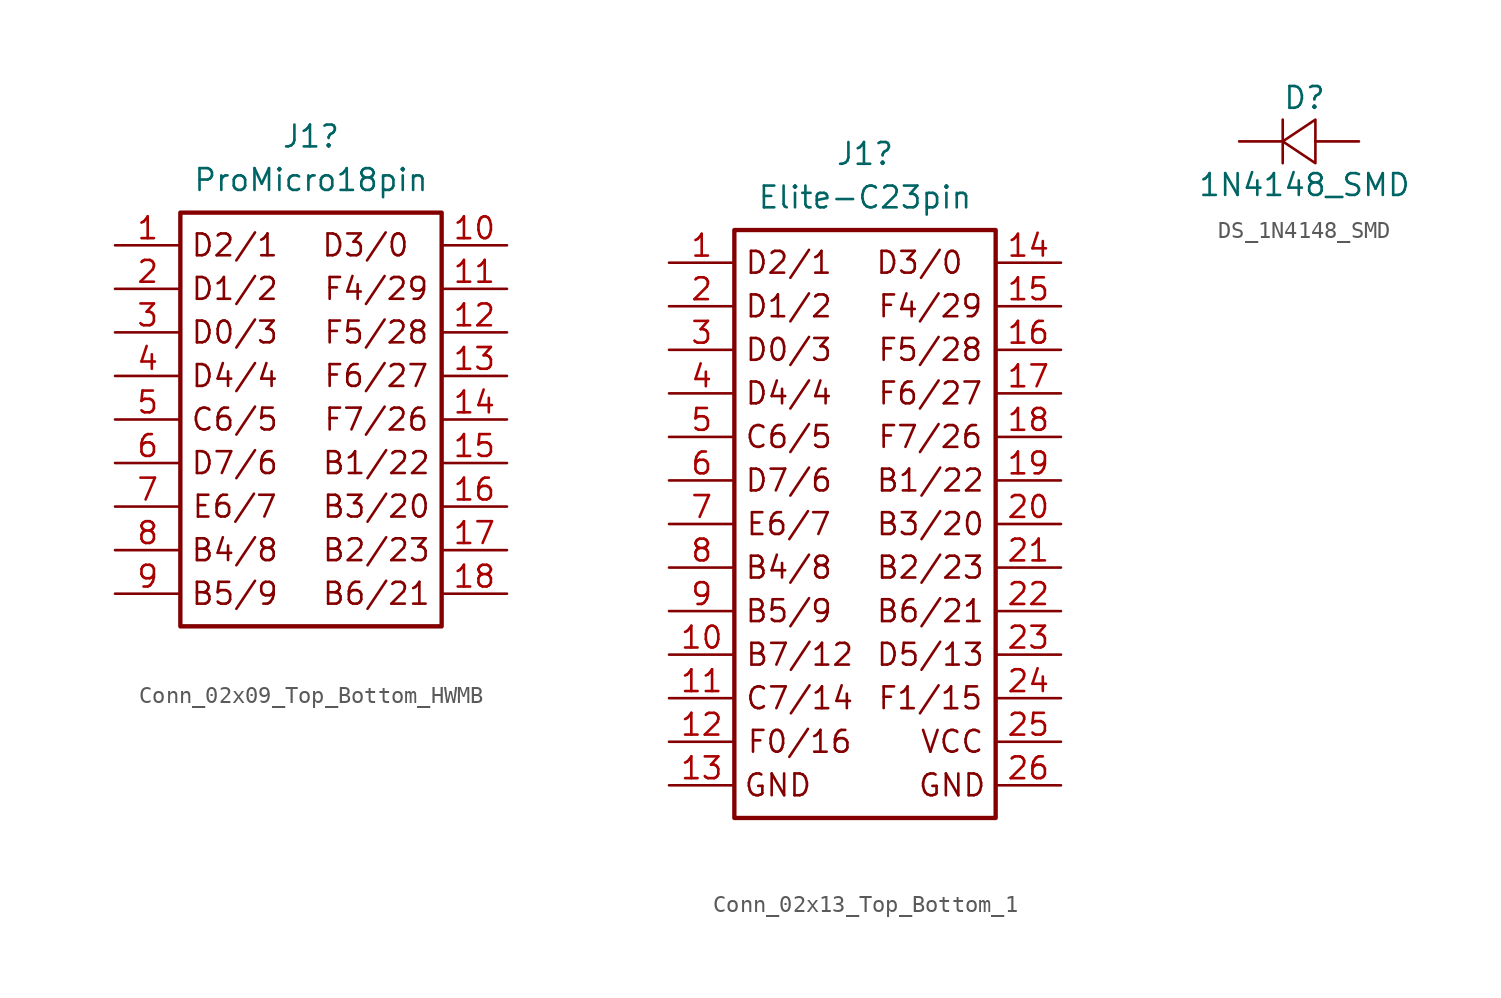
<source format=kicad_sym>
(kicad_symbol_lib
  (version 20241209)
  (generator "kicad_symbol_editor")
  (generator_version "9.0")
  (symbol "Conn_02x09_Top_Bottom_HWMB"
    (pin_names
      (offset 1.016)
      (hide yes))
    (property "Reference" "J1"
      (at 0 15.875 0)
      (effects (font (size 1.27 1.27))))
    (property "Value" "ProMicro18pin"
      (at 0 13.335 0)
      (effects (font (size 1.27 1.27))))
    (symbol "Conn_02x09_Top_Bottom_HWMB_1_1"
      (rectangle (start -7.62 11.43) (end 7.62 -12.7) (stroke (width 0.254) (type default)) (fill (type none)))
      (text "D2/1" (at -4.445 9.525 0) (effects (font (size 1.27 1.27))))
      (text "D1/2" (at -4.445 6.985 0) (effects (font (size 1.27 1.27))))
      (text "D0/3" (at -4.445 4.445 0) (effects (font (size 1.27 1.27))))
      (text "D4/4" (at -4.445 1.905 0) (effects (font (size 1.27 1.27))))
      (text "C6/5" (at -4.445 -0.635 0) (effects (font (size 1.27 1.27))))
      (text "D7/6" (at -4.445 -3.175 0) (effects (font (size 1.27 1.27))))
      (text "E6/7" (at -4.445 -5.715 0) (effects (font (size 1.27 1.27))))
      (text "B4/8" (at -4.445 -8.255 0) (effects (font (size 1.27 1.27))))
      (text "B5/9" (at -4.445 -10.795 0) (effects (font (size 1.27 1.27))))
      (text "D3/0" (at 3.175 9.525 0) (effects (font (size 1.27 1.27))))
      (text "F4/29" (at 3.81 6.985 0) (effects (font (size 1.27 1.27))))
      (text "F5/28" (at 3.81 4.445 0) (effects (font (size 1.27 1.27))))
      (text "F6/27" (at 3.81 1.905 0) (effects (font (size 1.27 1.27))))
      (text "F7/26" (at 3.81 -0.635 0) (effects (font (size 1.27 1.27))))
      (text "B1/22" (at 3.81 -3.175 0) (effects (font (size 1.27 1.27))))
      (text "B3/20" (at 3.81 -5.715 0) (effects (font (size 1.27 1.27))))
      (text "B2/23" (at 3.81 -8.255 0) (effects (font (size 1.27 1.27))))
      (text "B6/21" (at 3.81 -10.795 0) (effects (font (size 1.27 1.27))))
      (pin passive line (at -11.43 9.525 0) (length 3.81) (name "Pin_1" (effects (font (size 1.27 1.27)))) (number "1" (effects (font (size 1.27 1.27)))))
      (pin passive line (at -11.43 6.985 0) (length 3.81) (name "Pin_2" (effects (font (size 1.27 1.27)))) (number "2" (effects (font (size 1.27 1.27)))))
      (pin passive line (at -11.43 4.445 0) (length 3.81) (name "Pin_3" (effects (font (size 1.27 1.27)))) (number "3" (effects (font (size 1.27 1.27)))))
      (pin passive line (at -11.43 1.905 0) (length 3.81) (name "Pin_4" (effects (font (size 1.27 1.27)))) (number "4" (effects (font (size 1.27 1.27)))))
      (pin passive line (at -11.43 -0.635 0) (length 3.81) (name "Pin_5" (effects (font (size 1.27 1.27)))) (number "5" (effects (font (size 1.27 1.27)))))
      (pin passive line (at -11.43 -3.175 0) (length 3.81) (name "Pin_6" (effects (font (size 1.27 1.27)))) (number "6" (effects (font (size 1.27 1.27)))))
      (pin passive line (at -11.43 -5.715 0) (length 3.81) (name "Pin_7" (effects (font (size 1.27 1.27)))) (number "7" (effects (font (size 1.27 1.27)))))
      (pin passive line (at -11.43 -8.255 0) (length 3.81) (name "Pin_8" (effects (font (size 1.27 1.27)))) (number "8" (effects (font (size 1.27 1.27)))))
      (pin passive line (at -11.43 -10.795 0) (length 3.81) (name "Pin_9" (effects (font (size 1.27 1.27)))) (number "9" (effects (font (size 1.27 1.27)))))
      (pin passive line (at 11.43 9.525 180) (length 3.81) (name "Pin_10" (effects (font (size 1.27 1.27)))) (number "10" (effects (font (size 1.27 1.27)))))
      (pin passive line (at 11.43 6.985 180) (length 3.81) (name "Pin_11" (effects (font (size 1.27 1.27)))) (number "11" (effects (font (size 1.27 1.27)))))
      (pin passive line (at 11.43 4.445 180) (length 3.81) (name "Pin_12" (effects (font (size 1.27 1.27)))) (number "12" (effects (font (size 1.27 1.27)))))
      (pin passive line (at 11.43 1.905 180) (length 3.81) (name "Pin_13" (effects (font (size 1.27 1.27)))) (number "13" (effects (font (size 1.27 1.27)))))
      (pin passive line (at 11.43 -0.635 180) (length 3.81) (name "Pin_14" (effects (font (size 1.27 1.27)))) (number "14" (effects (font (size 1.27 1.27)))))
      (pin passive line (at 11.43 -3.175 180) (length 3.81) (name "Pin_15" (effects (font (size 1.27 1.27)))) (number "15" (effects (font (size 1.27 1.27)))))
      (pin passive line (at 11.43 -5.715 180) (length 3.81) (name "Pin_16" (effects (font (size 1.27 1.27)))) (number "16" (effects (font (size 1.27 1.27)))))
      (pin passive line (at 11.43 -8.255 180) (length 3.81) (name "Pin_17" (effects (font (size 1.27 1.27)))) (number "17" (effects (font (size 1.27 1.27)))))
      (pin passive line (at 11.43 -10.795 180) (length 3.81) (name "Pin_18" (effects (font (size 1.27 1.27)))) (number "18" (effects (font (size 1.27 1.27)))))))
  (symbol "Conn_02x13_Top_Bottom_1"
    (pin_names
      (offset 1.016)
      (hide yes))
    (property "Reference" "J1"
      (at 0 15.875 0)
      (effects (font (size 1.27 1.27))))
    (property "Value" "Elite-C23pin"
      (at 0 13.335 0)
      (effects (font (size 1.27 1.27))))
    (symbol "Conn_02x13_Top_Bottom_1_1_1"
      (rectangle (start -7.62 11.43) (end 7.62 -22.86) (stroke (width 0.254) (type default)) (fill (type none)))
      (text "GND" (at -5.08 -20.955 0) (effects (font (size 1.27 1.27))))
      (text "D2/1" (at -4.445 9.525 0) (effects (font (size 1.27 1.27))))
      (text "D1/2" (at -4.445 6.985 0) (effects (font (size 1.27 1.27))))
      (text "D0/3" (at -4.445 4.445 0) (effects (font (size 1.27 1.27))))
      (text "D4/4" (at -4.445 1.905 0) (effects (font (size 1.27 1.27))))
      (text "C6/5" (at -4.445 -0.635 0) (effects (font (size 1.27 1.27))))
      (text "D7/6" (at -4.445 -3.175 0) (effects (font (size 1.27 1.27))))
      (text "E6/7" (at -4.445 -5.715 0) (effects (font (size 1.27 1.27))))
      (text "B4/8" (at -4.445 -8.255 0) (effects (font (size 1.27 1.27))))
      (text "B5/9" (at -4.445 -10.795 0) (effects (font (size 1.27 1.27))))
      (text "B7/12" (at -3.81 -13.335 0) (effects (font (size 1.27 1.27))))
      (text "C7/14" (at -3.81 -15.875 0) (effects (font (size 1.27 1.27))))
      (text "F0/16" (at -3.81 -18.415 0) (effects (font (size 1.27 1.27))))
      (text "D3/0" (at 3.175 9.525 0) (effects (font (size 1.27 1.27))))
      (text "F4/29" (at 3.81 6.985 0) (effects (font (size 1.27 1.27))))
      (text "F5/28" (at 3.81 4.445 0) (effects (font (size 1.27 1.27))))
      (text "F6/27" (at 3.81 1.905 0) (effects (font (size 1.27 1.27))))
      (text "F7/26" (at 3.81 -0.635 0) (effects (font (size 1.27 1.27))))
      (text "B1/22" (at 3.81 -3.175 0) (effects (font (size 1.27 1.27))))
      (text "B3/20" (at 3.81 -5.715 0) (effects (font (size 1.27 1.27))))
      (text "B2/23" (at 3.81 -8.255 0) (effects (font (size 1.27 1.27))))
      (text "B6/21" (at 3.81 -10.795 0) (effects (font (size 1.27 1.27))))
      (text "D5/13" (at 3.81 -13.335 0) (effects (font (size 1.27 1.27))))
      (text "F1/15" (at 3.81 -15.875 0) (effects (font (size 1.27 1.27))))
      (text "VCC" (at 5.08 -18.415 0) (effects (font (size 1.27 1.27))))
      (text "GND" (at 5.08 -20.955 0) (effects (font (size 1.27 1.27))))
      (pin passive line (at -11.43 9.525 0) (length 3.81) (name "Pin_1" (effects (font (size 1.27 1.27)))) (number "1" (effects (font (size 1.27 1.27)))))
      (pin passive line (at -11.43 6.985 0) (length 3.81) (name "Pin_2" (effects (font (size 1.27 1.27)))) (number "2" (effects (font (size 1.27 1.27)))))
      (pin passive line (at -11.43 4.445 0) (length 3.81) (name "Pin_3" (effects (font (size 1.27 1.27)))) (number "3" (effects (font (size 1.27 1.27)))))
      (pin passive line (at -11.43 1.905 0) (length 3.81) (name "Pin_4" (effects (font (size 1.27 1.27)))) (number "4" (effects (font (size 1.27 1.27)))))
      (pin passive line (at -11.43 -0.635 0) (length 3.81) (name "Pin_5" (effects (font (size 1.27 1.27)))) (number "5" (effects (font (size 1.27 1.27)))))
      (pin passive line (at -11.43 -3.175 0) (length 3.81) (name "Pin_6" (effects (font (size 1.27 1.27)))) (number "6" (effects (font (size 1.27 1.27)))))
      (pin passive line (at -11.43 -5.715 0) (length 3.81) (name "Pin_7" (effects (font (size 1.27 1.27)))) (number "7" (effects (font (size 1.27 1.27)))))
      (pin passive line (at -11.43 -8.255 0) (length 3.81) (name "Pin_8" (effects (font (size 1.27 1.27)))) (number "8" (effects (font (size 1.27 1.27)))))
      (pin passive line (at -11.43 -10.795 0) (length 3.81) (name "Pin_9" (effects (font (size 1.27 1.27)))) (number "9" (effects (font (size 1.27 1.27)))))
      (pin passive line (at -11.43 -13.335 0) (length 3.81) (name "Pin_10" (effects (font (size 1.27 1.27)))) (number "10" (effects (font (size 1.27 1.27)))))
      (pin passive line (at -11.43 -15.875 0) (length 3.81) (name "Pin_11" (effects (font (size 1.27 1.27)))) (number "11" (effects (font (size 1.27 1.27)))))
      (pin passive line (at -11.43 -18.415 0) (length 3.81) (name "Pin_12" (effects (font (size 1.27 1.27)))) (number "12" (effects (font (size 1.27 1.27)))))
      (pin passive line (at -11.43 -20.955 0) (length 3.81) (name "Pin_13" (effects (font (size 1.27 1.27)))) (number "13" (effects (font (size 1.27 1.27)))))
      (pin passive line (at 11.43 9.525 180) (length 3.81) (name "Pin_14" (effects (font (size 1.27 1.27)))) (number "14" (effects (font (size 1.27 1.27)))))
      (pin passive line (at 11.43 6.985 180) (length 3.81) (name "Pin_15" (effects (font (size 1.27 1.27)))) (number "15" (effects (font (size 1.27 1.27)))))
      (pin passive line (at 11.43 4.445 180) (length 3.81) (name "Pin_16" (effects (font (size 1.27 1.27)))) (number "16" (effects (font (size 1.27 1.27)))))
      (pin passive line (at 11.43 1.905 180) (length 3.81) (name "Pin_17" (effects (font (size 1.27 1.27)))) (number "17" (effects (font (size 1.27 1.27)))))
      (pin passive line (at 11.43 -0.635 180) (length 3.81) (name "Pin_18" (effects (font (size 1.27 1.27)))) (number "18" (effects (font (size 1.27 1.27)))))
      (pin passive line (at 11.43 -3.175 180) (length 3.81) (name "Pin_19" (effects (font (size 1.27 1.27)))) (number "19" (effects (font (size 1.27 1.27)))))
      (pin passive line (at 11.43 -5.715 180) (length 3.81) (name "Pin_20" (effects (font (size 1.27 1.27)))) (number "20" (effects (font (size 1.27 1.27)))))
      (pin passive line (at 11.43 -8.255 180) (length 3.81) (name "Pin_21" (effects (font (size 1.27 1.27)))) (number "21" (effects (font (size 1.27 1.27)))))
      (pin passive line (at 11.43 -10.795 180) (length 3.81) (name "Pin_22" (effects (font (size 1.27 1.27)))) (number "22" (effects (font (size 1.27 1.27)))))
      (pin passive line (at 11.43 -13.335 180) (length 3.81) (name "Pin_23" (effects (font (size 1.27 1.27)))) (number "23" (effects (font (size 1.27 1.27)))))
      (pin passive line (at 11.43 -15.875 180) (length 3.81) (name "Pin_24" (effects (font (size 1.27 1.27)))) (number "24" (effects (font (size 1.27 1.27)))))
      (pin passive line (at 11.43 -18.415 180) (length 3.81) (name "Pin_25" (effects (font (size 1.27 1.27)))) (number "25" (effects (font (size 1.27 1.27)))))
      (pin passive line (at 11.43 -20.955 180) (length 3.81) (name "Pin_26" (effects (font (size 1.27 1.27)))) (number "26" (effects (font (size 1.27 1.27)))))))
  (symbol "DS_1N4148_SMD"
    (property "Reference" "D"
      (at 0 2.54 0)
      (effects (font (size 1.27 1.27))))
    (property "Value" "1N4148_SMD"
      (at 0 -2.54 0)
      (effects (font (size 1.27 1.27))))
    (symbol "DS_1N4148_SMD_0_1"
      (polyline (pts (xy -1.27 1.27) (xy -1.27 -1.27)) (stroke (width 0) (type default)) (fill (type none)))
      (polyline (pts (xy -1.27 0) (xy 0.635 1.27) (xy 0.635 -1.27) (xy -1.27 0)) (stroke (width 0) (type default)) (fill (type none))))
    (symbol "DS_1N4148_SMD_1_1"
      (pin passive line (at -3.81 0 0) (length 2.54) (name "" (effects (font (size 0 0)))) (number "1" (effects (font (size 0 0)))))
      (pin passive line (at 3.175 0 180) (length 2.54) (name "" (effects (font (size 0 0)))) (number "2" (effects (font (size 0 0))))))))
</source>
